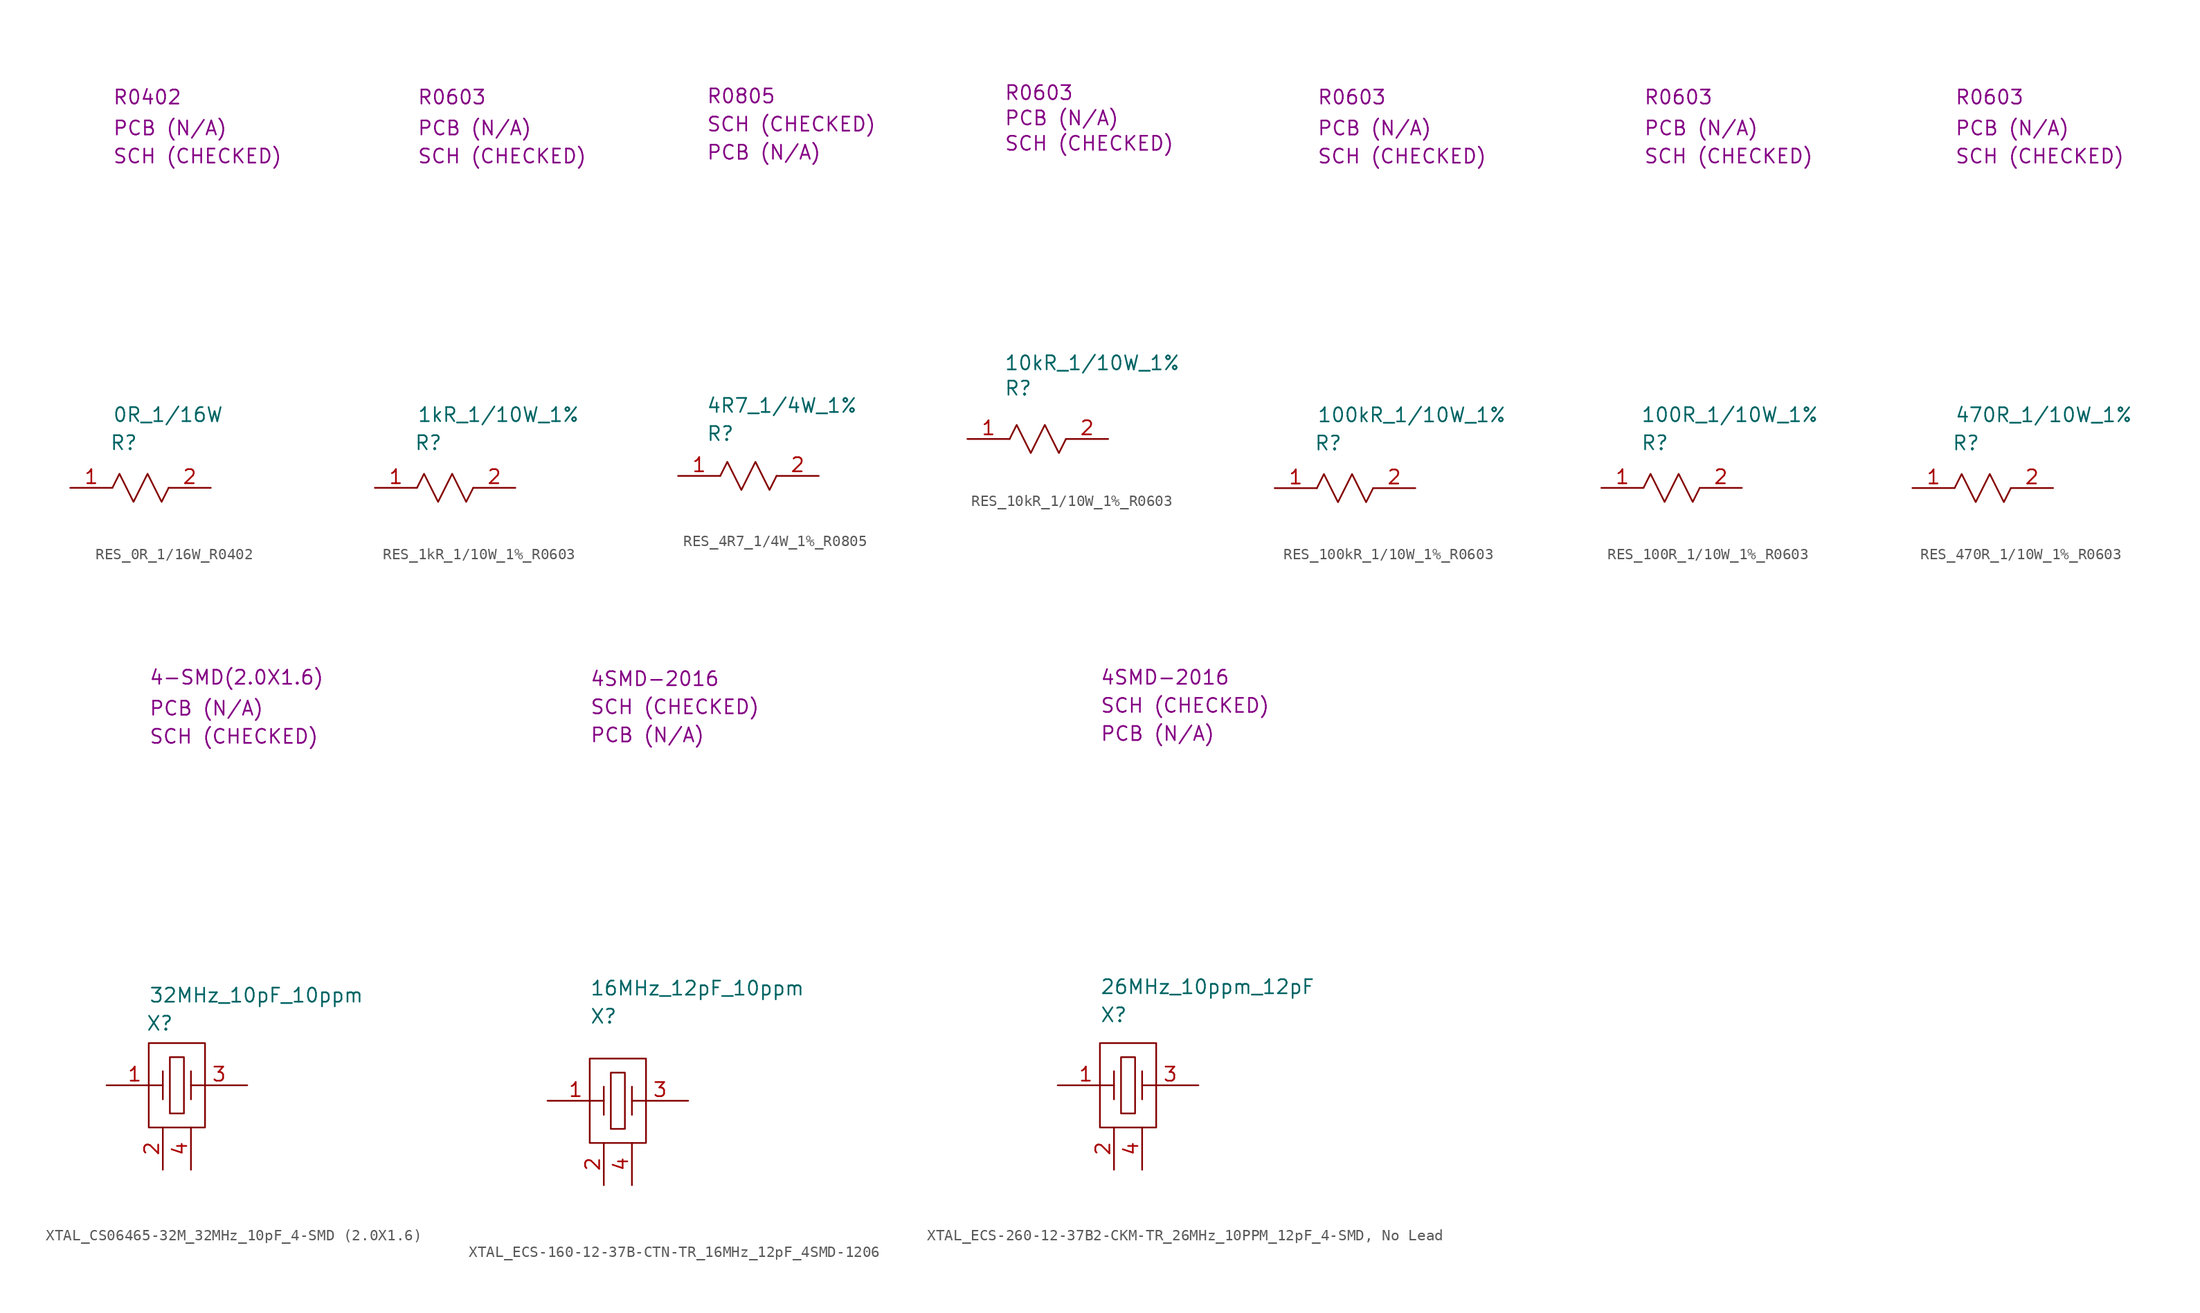
<source format=kicad_sym>
(kicad_symbol_lib
  (version 20231120)
  (generator "kicad_symbol_editor")
  (generator_version "8.0")
  (symbol "RES_0R_1/16W_R0402"
    (property "Reference" "R"
      (at 3.556 4.064 0)
      (effects (font (size 1.27 1.27)) (justify left)))
    (property "Value" "0R_1/16W"
      (at 3.81 6.604 0)
      (effects (font (size 1.27 1.27)) (justify left)))
    (property "Package" "R0402"
      (at 3.81 35.306 0)
      (effects (font (size 1.27 1.27)) (justify left)))
    (property "SCH CHECK" "SCH (CHECKED)"
      (at 3.81 29.972 0)
      (effects (font (size 1.27 1.27)) (justify left)))
    (property "PCB CHECK" "PCB (N/A)"
      (at 3.81 32.512 0)
      (effects (font (size 1.27 1.27)) (justify left)))
    (symbol "RES_0R_1/16W_R0402_0_0"
      (polyline (pts (xy 3.81 0) (xy 4.445 1.27) (xy 5.715 -1.27) (xy 6.985 1.27) (xy 8.255 -1.27) (xy 8.89 0)) (stroke (width 0) (type default)) (fill (type none))))
    (symbol "RES_0R_1/16W_R0402_1_1"
      (pin passive line (at 0 0 0) (length 3.81) (name "" (effects (font (size 1.27 1.27)))) (number "1" (effects (font (size 1.27 1.27)))))
      (pin passive line (at 12.7 0 180) (length 3.81) (name "" (effects (font (size 1.27 1.27)))) (number "2" (effects (font (size 1.27 1.27)))))))
  (symbol "RES_1kR_1/10W_1%_R0603"
    (property "Reference" "R"
      (at 3.556 4.064 0)
      (effects (font (size 1.27 1.27)) (justify left)))
    (property "Value" "1kR_1/10W_1%"
      (at 3.81 6.604 0)
      (effects (font (size 1.27 1.27)) (justify left)))
    (property "Package" "R0603"
      (at 3.81 35.306 0)
      (effects (font (size 1.27 1.27)) (justify left)))
    (property "SCH CHECK" "SCH (CHECKED)"
      (at 3.81 29.972 0)
      (effects (font (size 1.27 1.27)) (justify left)))
    (property "PCB CHECK" "PCB (N/A)"
      (at 3.81 32.512 0)
      (effects (font (size 1.27 1.27)) (justify left)))
    (symbol "RES_1kR_1/10W_1%_R0603_0_0"
      (polyline (pts (xy 3.81 0) (xy 4.445 1.27) (xy 5.715 -1.27) (xy 6.985 1.27) (xy 8.255 -1.27) (xy 8.89 0)) (stroke (width 0) (type default)) (fill (type none))))
    (symbol "RES_1kR_1/10W_1%_R0603_1_1"
      (pin passive line (at 0 0 0) (length 3.81) (name "" (effects (font (size 1.27 1.27)))) (number "1" (effects (font (size 1.27 1.27)))))
      (pin passive line (at 12.7 0 180) (length 3.81) (name "" (effects (font (size 1.27 1.27)))) (number "2" (effects (font (size 1.27 1.27)))))))
  (symbol "RES_4R7_1/4W_1%_R0805"
    (property "Reference" "R"
      (at 2.54 3.81 0)
      (effects (font (size 1.27 1.27)) (justify left)))
    (property "Value" "4R7_1/4W_1%"
      (at 2.54 6.35 0)
      (effects (font (size 1.27 1.27)) (justify left)))
    (property "Package" "R0805"
      (at 2.54 34.29 0)
      (effects (font (size 1.27 1.27)) (justify left)))
    (property "SCH CHECK" "SCH (CHECKED)"
      (at 2.54 31.75 0)
      (effects (font (size 1.27 1.27)) (justify left)))
    (property "PCB CHECk" "PCB (N/A)"
      (at 2.54 29.21 0)
      (effects (font (size 1.27 1.27)) (justify left)))
    (symbol "RES_4R7_1/4W_1%_R0805_0_0"
      (polyline (pts (xy 3.81 0) (xy 4.445 1.27) (xy 5.715 -1.27) (xy 6.985 1.27) (xy 8.255 -1.27) (xy 8.89 0)) (stroke (width 0) (type default)) (fill (type none))))
    (symbol "RES_4R7_1/4W_1%_R0805_1_1"
      (pin passive line (at 0 0 0) (length 3.81) (name "" (effects (font (size 1.27 1.27)))) (number "1" (effects (font (size 1.27 1.27)))))
      (pin passive line (at 12.7 0 180) (length 3.81) (name "" (effects (font (size 1.27 1.27)))) (number "2" (effects (font (size 1.27 1.27)))))))
  (symbol "RES_10kR_1/10W_1%_R0603"
    (property "Reference" "R"
      (at 3.302 4.572 0)
      (effects (font (size 1.27 1.27)) (justify left)))
    (property "Value" "10kR_1/10W_1%"
      (at 3.302 6.858 0)
      (effects (font (size 1.27 1.27)) (justify left)))
    (property "Package" "R0603"
      (at 3.302 31.242 0)
      (effects (font (size 1.27 1.27)) (justify left)))
    (property "SCH CHECK" "SCH (CHECKED)"
      (at 3.302 26.67 0)
      (effects (font (size 1.27 1.27)) (justify left)))
    (property "PCB CHECK" "PCB (N/A)"
      (at 3.302 28.956 0)
      (effects (font (size 1.27 1.27)) (justify left)))
    (symbol "RES_10kR_1/10W_1%_R0603_0_0"
      (polyline (pts (xy 3.81 0) (xy 4.445 1.27) (xy 5.715 -1.27) (xy 6.985 1.27) (xy 8.255 -1.27) (xy 8.89 0)) (stroke (width 0) (type default)) (fill (type none))))
    (symbol "RES_10kR_1/10W_1%_R0603_1_1"
      (pin passive line (at 0 0 0) (length 3.81) (name "" (effects (font (size 1.27 1.27)))) (number "1" (effects (font (size 1.27 1.27)))))
      (pin passive line (at 12.7 0 180) (length 3.81) (name "" (effects (font (size 1.27 1.27)))) (number "2" (effects (font (size 1.27 1.27)))))))
  (symbol "RES_100kR_1/10W_1%_R0603"
    (property "Reference" "R"
      (at 3.556 4.064 0)
      (effects (font (size 1.27 1.27)) (justify left)))
    (property "Value" "100kR_1/10W_1%"
      (at 3.81 6.604 0)
      (effects (font (size 1.27 1.27)) (justify left)))
    (property "Package" "R0603"
      (at 3.81 35.306 0)
      (effects (font (size 1.27 1.27)) (justify left)))
    (property "SCH CHECK" "SCH (CHECKED)"
      (at 3.81 29.972 0)
      (effects (font (size 1.27 1.27)) (justify left)))
    (property "PCB CHECK" "PCB (N/A)"
      (at 3.81 32.512 0)
      (effects (font (size 1.27 1.27)) (justify left)))
    (symbol "RES_100kR_1/10W_1%_R0603_0_0"
      (polyline (pts (xy 3.81 0) (xy 4.445 1.27) (xy 5.715 -1.27) (xy 6.985 1.27) (xy 8.255 -1.27) (xy 8.89 0)) (stroke (width 0) (type default)) (fill (type none))))
    (symbol "RES_100kR_1/10W_1%_R0603_1_1"
      (pin passive line (at 0 0 0) (length 3.81) (name "" (effects (font (size 1.27 1.27)))) (number "1" (effects (font (size 1.27 1.27)))))
      (pin passive line (at 12.7 0 180) (length 3.81) (name "" (effects (font (size 1.27 1.27)))) (number "2" (effects (font (size 1.27 1.27)))))))
  (symbol "RES_100R_1/10W_1%_R0603"
    (property "Reference" "R"
      (at 3.556 4.064 0)
      (effects (font (size 1.27 1.27)) (justify left)))
    (property "Value" "100R_1/10W_1%"
      (at 3.556 6.604 0)
      (effects (font (size 1.27 1.27)) (justify left)))
    (property "Package" "R0603"
      (at 3.81 35.306 0)
      (effects (font (size 1.27 1.27)) (justify left)))
    (property "SCH CHECK" "SCH (CHECKED)"
      (at 3.81 29.972 0)
      (effects (font (size 1.27 1.27)) (justify left)))
    (property "PCB CHECK" "PCB (N/A)"
      (at 3.81 32.512 0)
      (effects (font (size 1.27 1.27)) (justify left)))
    (symbol "RES_100R_1/10W_1%_R0603_0_0"
      (polyline (pts (xy 3.81 0) (xy 4.445 1.27) (xy 5.715 -1.27) (xy 6.985 1.27) (xy 8.255 -1.27) (xy 8.89 0)) (stroke (width 0) (type default)) (fill (type none))))
    (symbol "RES_100R_1/10W_1%_R0603_1_1"
      (pin passive line (at 0 0 0) (length 3.81) (name "" (effects (font (size 1.27 1.27)))) (number "1" (effects (font (size 1.27 1.27)))))
      (pin passive line (at 12.7 0 180) (length 3.81) (name "" (effects (font (size 1.27 1.27)))) (number "2" (effects (font (size 1.27 1.27)))))))
  (symbol "RES_470R_1/10W_1%_R0603"
    (property "Reference" "R"
      (at 3.556 4.064 0)
      (effects (font (size 1.27 1.27)) (justify left)))
    (property "Value" "470R_1/10W_1%"
      (at 3.81 6.604 0)
      (effects (font (size 1.27 1.27)) (justify left)))
    (property "Package" "R0603"
      (at 3.81 35.306 0)
      (effects (font (size 1.27 1.27)) (justify left)))
    (property "SCH CHECK" "SCH (CHECKED)"
      (at 3.81 29.972 0)
      (effects (font (size 1.27 1.27)) (justify left)))
    (property "PCB CHECK" "PCB (N/A)"
      (at 3.81 32.512 0)
      (effects (font (size 1.27 1.27)) (justify left)))
    (symbol "RES_470R_1/10W_1%_R0603_0_0"
      (polyline (pts (xy 3.81 0) (xy 4.445 1.27) (xy 5.715 -1.27) (xy 6.985 1.27) (xy 8.255 -1.27) (xy 8.89 0)) (stroke (width 0) (type default)) (fill (type none))))
    (symbol "RES_470R_1/10W_1%_R0603_1_1"
      (pin passive line (at 0 0 0) (length 3.81) (name "" (effects (font (size 1.27 1.27)))) (number "1" (effects (font (size 1.27 1.27)))))
      (pin passive line (at 12.7 0 180) (length 3.81) (name "" (effects (font (size 1.27 1.27)))) (number "2" (effects (font (size 1.27 1.27)))))))
  (symbol "XTAL_CS06465-32M_32MHz_10pF_4-SMD (2.0X1.6)"
    (property "Reference" "X"
      (at 3.556 5.588 0)
      (effects (font (size 1.27 1.27)) (justify left)))
    (property "Value" "32MHz_10pF_10ppm"
      (at 3.81 8.128 0)
      (effects (font (size 1.27 1.27)) (justify left)))
    (property "Package" "4-SMD(2.0X1.6)"
      (at 3.81 36.83 0)
      (effects (font (size 1.27 1.27)) (justify left)))
    (property "SCH CHECK" "SCH (CHECKED)"
      (at 3.81 31.496 0)
      (effects (font (size 1.27 1.27)) (justify left)))
    (property "PCB CHECK" "PCB (N/A)"
      (at 3.81 34.036 0)
      (effects (font (size 1.27 1.27)) (justify left)))
    (symbol "XTAL_CS06465-32M_32MHz_10pF_4-SMD (2.0X1.6)_0_1"
      (polyline (pts (xy 5.08 1.27) (xy 5.08 -1.27)) (stroke (width 0) (type default)) (fill (type none)))
      (polyline (pts (xy 7.62 1.27) (xy 7.62 -1.27)) (stroke (width 0) (type default)) (fill (type none)))
      (polyline (pts (xy 3.81 3.81) (xy 3.81 -3.81) (xy 8.89 -3.81) (xy 8.89 3.81) (xy 3.81 3.81)) (stroke (width 0) (type default)) (fill (type none)))
      (polyline (pts (xy 5.715 2.54) (xy 6.985 2.54) (xy 6.985 -2.54) (xy 5.715 -2.54) (xy 5.715 2.54)) (stroke (width 0) (type default)) (fill (type none))))
    (symbol "XTAL_CS06465-32M_32MHz_10pF_4-SMD (2.0X1.6)_1_1"
      (pin passive line (at 0 0 0) (length 5.08) (name "" (effects (font (size 1.27 1.27)))) (number "1" (effects (font (size 1.27 1.27)))))
      (pin passive line (at 5.08 -7.62 90) (length 3.81) (name "" (effects (font (size 1.27 1.27)))) (number "2" (effects (font (size 1.27 1.27)))))
      (pin passive line (at 12.7 0 180) (length 5.08) (name "" (effects (font (size 1.27 1.27)))) (number "3" (effects (font (size 1.27 1.27)))))
      (pin passive line (at 7.62 -7.62 90) (length 3.81) (name "" (effects (font (size 1.27 1.27)))) (number "4" (effects (font (size 1.27 1.27)))))))
  (symbol "XTAL_ECS-160-12-37B-CTN-TR_16MHz_12pF_4SMD-1206"
    (property "Reference" "X"
      (at 3.81 7.62 0)
      (effects (font (size 1.27 1.27)) (justify left)))
    (property "Value" "16MHz_12pF_10ppm"
      (at 3.81 10.16 0)
      (effects (font (size 1.27 1.27)) (justify left)))
    (property "Package" "4SMD-2016"
      (at 3.81 38.1 0)
      (effects (font (size 1.27 1.27)) (justify left)))
    (property "SCH CHECK" "SCH (CHECKED)"
      (at 3.81 35.56 0)
      (effects (font (size 1.27 1.27)) (justify left)))
    (property "PCB CHECk" "PCB (N/A)"
      (at 3.81 33.02 0)
      (effects (font (size 1.27 1.27)) (justify left)))
    (symbol "XTAL_ECS-160-12-37B-CTN-TR_16MHz_12pF_4SMD-1206_0_1"
      (polyline (pts (xy 5.08 1.27) (xy 5.08 -1.27)) (stroke (width 0) (type default)) (fill (type none)))
      (polyline (pts (xy 7.62 1.27) (xy 7.62 -1.27)) (stroke (width 0) (type default)) (fill (type none)))
      (polyline (pts (xy 3.81 3.81) (xy 3.81 -3.81) (xy 8.89 -3.81) (xy 8.89 3.81) (xy 3.81 3.81)) (stroke (width 0) (type default)) (fill (type none)))
      (polyline (pts (xy 5.715 2.54) (xy 6.985 2.54) (xy 6.985 -2.54) (xy 5.715 -2.54) (xy 5.715 2.54)) (stroke (width 0) (type default)) (fill (type none))))
    (symbol "XTAL_ECS-160-12-37B-CTN-TR_16MHz_12pF_4SMD-1206_1_1"
      (pin passive line (at 0 0 0) (length 5.08) (name "" (effects (font (size 1.27 1.27)))) (number "1" (effects (font (size 1.27 1.27)))))
      (pin passive line (at 5.08 -7.62 90) (length 3.81) (name "" (effects (font (size 1.27 1.27)))) (number "2" (effects (font (size 1.27 1.27)))))
      (pin passive line (at 12.7 0 180) (length 5.08) (name "" (effects (font (size 1.27 1.27)))) (number "3" (effects (font (size 1.27 1.27)))))
      (pin passive line (at 7.62 -7.62 90) (length 3.81) (name "" (effects (font (size 1.27 1.27)))) (number "4" (effects (font (size 1.27 1.27)))))))
  (symbol "XTAL_ECS-260-12-37B2-CKM-TR_26MHz_10PPM_12pF_4-SMD, No Lead"
    (property "Reference" "X"
      (at 3.81 6.35 0)
      (effects (font (size 1.27 1.27)) (justify left)))
    (property "Value" "26MHz_10ppm_12pF"
      (at 3.81 8.89 0)
      (effects (font (size 1.27 1.27)) (justify left)))
    (property "SCH CHECK" "SCH (CHECKED)"
      (at 3.81 34.29 0)
      (effects (font (size 1.27 1.27)) (justify left)))
    (property "Package" "4SMD-2016"
      (at 3.81 36.83 0)
      (effects (font (size 1.27 1.27)) (justify left)))
    (property "PCB CHECK" "PCB (N/A)"
      (at 3.81 31.75 0)
      (effects (font (size 1.27 1.27)) (justify left)))
    (symbol "XTAL_ECS-260-12-37B2-CKM-TR_26MHz_10PPM_12pF_4-SMD, No Lead_0_1"
      (polyline (pts (xy 5.08 1.27) (xy 5.08 -1.27)) (stroke (width 0) (type default)) (fill (type none)))
      (polyline (pts (xy 7.62 1.27) (xy 7.62 -1.27)) (stroke (width 0) (type default)) (fill (type none)))
      (polyline (pts (xy 3.81 3.81) (xy 3.81 -3.81) (xy 8.89 -3.81) (xy 8.89 3.81) (xy 3.81 3.81)) (stroke (width 0) (type default)) (fill (type none)))
      (polyline (pts (xy 5.715 2.54) (xy 6.985 2.54) (xy 6.985 -2.54) (xy 5.715 -2.54) (xy 5.715 2.54)) (stroke (width 0) (type default)) (fill (type none))))
    (symbol "XTAL_ECS-260-12-37B2-CKM-TR_26MHz_10PPM_12pF_4-SMD, No Lead_1_1"
      (pin passive line (at 0 0 0) (length 5.08) (name "" (effects (font (size 1.27 1.27)))) (number "1" (effects (font (size 1.27 1.27)))))
      (pin passive line (at 5.08 -7.62 90) (length 3.81) (name "" (effects (font (size 1.27 1.27)))) (number "2" (effects (font (size 1.27 1.27)))))
      (pin passive line (at 12.7 0 180) (length 5.08) (name "" (effects (font (size 1.27 1.27)))) (number "3" (effects (font (size 1.27 1.27)))))
      (pin passive line (at 7.62 -7.62 90) (length 3.81) (name "" (effects (font (size 1.27 1.27)))) (number "4" (effects (font (size 1.27 1.27))))))))
</source>
